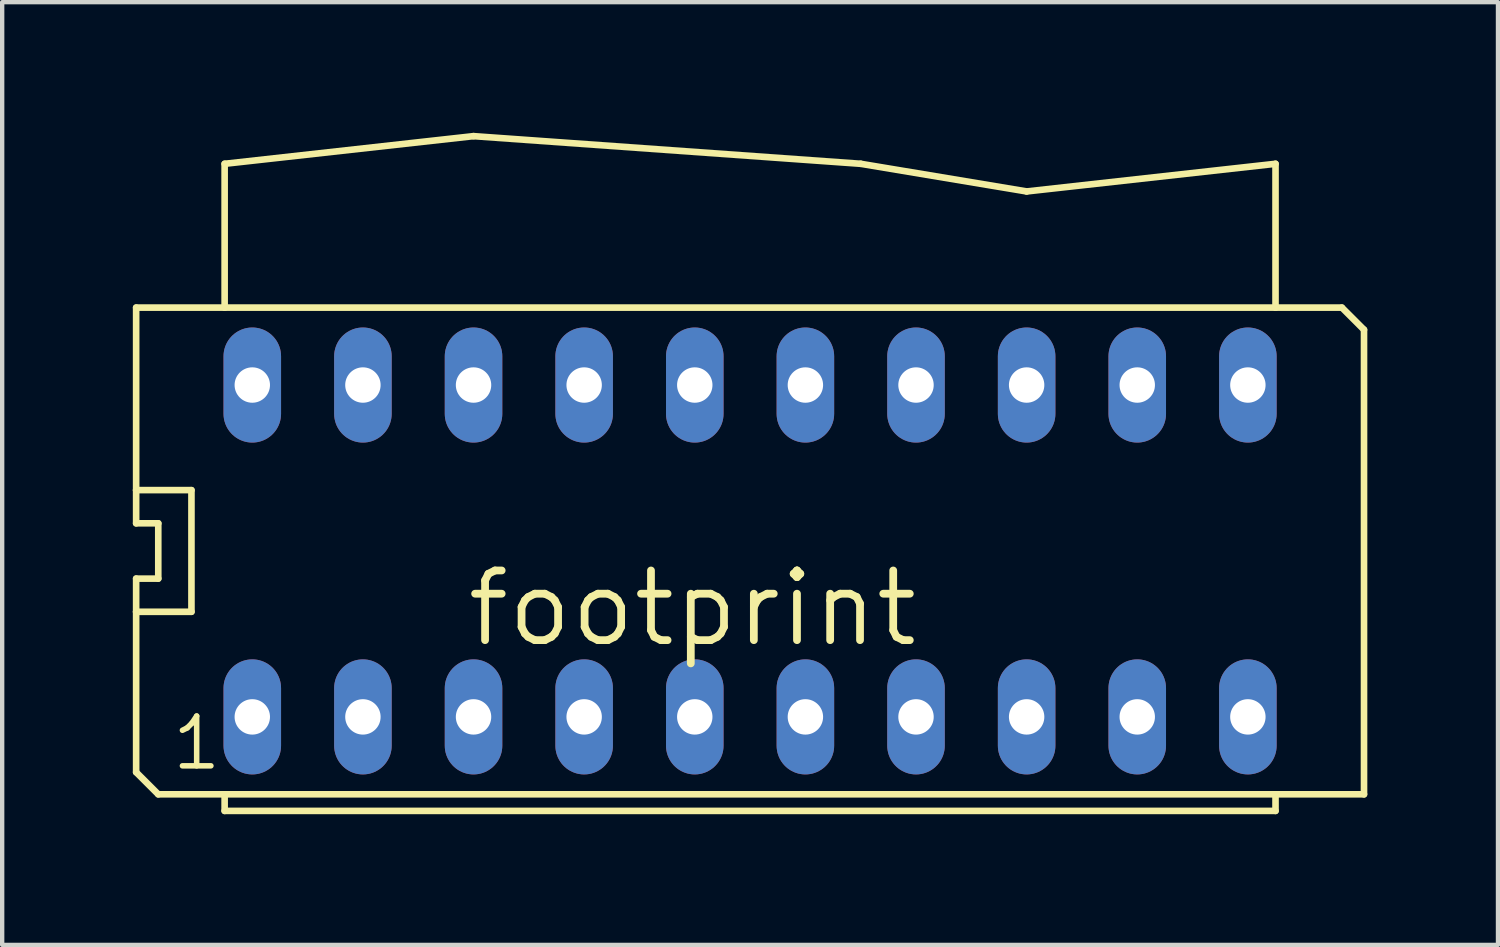
<source format=kicad_pcb>
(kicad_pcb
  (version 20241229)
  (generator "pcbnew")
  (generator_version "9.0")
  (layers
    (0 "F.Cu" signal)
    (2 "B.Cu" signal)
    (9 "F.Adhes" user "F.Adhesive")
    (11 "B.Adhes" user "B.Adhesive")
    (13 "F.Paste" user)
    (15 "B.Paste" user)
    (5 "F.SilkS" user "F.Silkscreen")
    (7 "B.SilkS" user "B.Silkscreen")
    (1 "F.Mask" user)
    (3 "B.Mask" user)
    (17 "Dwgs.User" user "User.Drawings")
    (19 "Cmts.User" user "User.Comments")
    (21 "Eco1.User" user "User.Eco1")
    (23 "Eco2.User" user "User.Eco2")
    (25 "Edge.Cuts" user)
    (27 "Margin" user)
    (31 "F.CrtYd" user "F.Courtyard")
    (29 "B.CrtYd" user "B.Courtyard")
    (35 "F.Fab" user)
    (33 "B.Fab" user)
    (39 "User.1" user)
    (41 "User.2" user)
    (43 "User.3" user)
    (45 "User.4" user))
  (footprint "footprint"
    (layer "F.Cu")
    (at 14.173 9.601)
    (property "Reference" "footprint" (at 3.937 0.381 0) (layer "F.SilkS") (effects (font (size 1.6 1.6) (thickness 0.178)) (justify right top)))
    (fp_line (start -14.097 -1.397) (end -14.097 -5.588) (stroke (width 0.152) (type solid)) (layer "F.SilkS"))
    (fp_line (start -14.097 -0.635) (end -14.097 -1.397) (stroke (width 0.152) (type solid)) (layer "F.SilkS"))
    (fp_line (start -14.097 0.635) (end -13.589 0.635) (stroke (width 0.152) (type solid)) (layer "F.SilkS"))
    (fp_line (start -14.097 1.397) (end -14.097 0.635) (stroke (width 0.152) (type solid)) (layer "F.SilkS"))
    (fp_line (start -14.097 1.397) (end -12.827 1.397) (stroke (width 0.152) (type solid)) (layer "F.SilkS"))
    (fp_line (start -14.097 5.08) (end -14.097 1.397) (stroke (width 0.152) (type solid)) (layer "F.SilkS"))
    (fp_line (start -13.589 -0.635) (end -14.097 -0.635) (stroke (width 0.152) (type solid)) (layer "F.SilkS"))
    (fp_line (start -13.589 -0.635) (end -13.589 0.635) (stroke (width 0.152) (type solid)) (layer "F.SilkS"))
    (fp_line (start -13.589 5.588) (end -14.097 5.08) (stroke (width 0.152) (type solid)) (layer "F.SilkS"))
    (fp_line (start -13.589 5.588) (end -12.065 5.588) (stroke (width 0.152) (type solid)) (layer "F.SilkS"))
    (fp_line (start -12.827 -1.397) (end -14.097 -1.397) (stroke (width 0.152) (type solid)) (layer "F.SilkS"))
    (fp_line (start -12.827 -1.397) (end -12.827 1.397) (stroke (width 0.152) (type solid)) (layer "F.SilkS"))
    (fp_line (start -12.065 -8.89) (end -12.065 -5.588) (stroke (width 0.152) (type solid)) (layer "F.SilkS"))
    (fp_line (start -12.065 -8.89) (end -6.35 -9.525) (stroke (width 0.152) (type solid)) (layer "F.SilkS"))
    (fp_line (start -12.065 -5.588) (end -14.097 -5.588) (stroke (width 0.152) (type solid)) (layer "F.SilkS"))
    (fp_line (start -12.065 5.588) (end 12.065 5.588) (stroke (width 0.152) (type solid)) (layer "F.SilkS"))
    (fp_line (start -12.065 5.969) (end -12.065 5.588) (stroke (width 0.152) (type solid)) (layer "F.SilkS"))
    (fp_line (start -12.065 5.969) (end 12.065 5.969) (stroke (width 0.152) (type solid)) (layer "F.SilkS"))
    (fp_line (start -6.35 -9.525) (end 2.54 -8.89) (stroke (width 0.152) (type solid)) (layer "F.SilkS"))
    (fp_line (start 2.54 -8.89) (end 6.35 -8.255) (stroke (width 0.152) (type solid)) (layer "F.SilkS"))
    (fp_line (start 6.35 -8.255) (end 12.065 -8.89) (stroke (width 0.152) (type solid)) (layer "F.SilkS"))
    (fp_line (start 12.065 -5.588) (end -12.065 -5.588) (stroke (width 0.152) (type solid)) (layer "F.SilkS"))
    (fp_line (start 12.065 -5.588) (end 12.065 -8.89) (stroke (width 0.152) (type solid)) (layer "F.SilkS"))
    (fp_line (start 12.065 5.588) (end 12.065 5.969) (stroke (width 0.152) (type solid)) (layer "F.SilkS"))
    (fp_line (start 12.065 5.588) (end 14.097 5.588) (stroke (width 0.152) (type solid)) (layer "F.SilkS"))
    (fp_line (start 13.589 -5.588) (end 12.065 -5.588) (stroke (width 0.152) (type solid)) (layer "F.SilkS"))
    (fp_line (start 14.097 -5.08) (end 13.589 -5.588) (stroke (width 0.152) (type solid)) (layer "F.SilkS"))
    (fp_line (start 14.097 5.588) (end 14.097 -5.08) (stroke (width 0.152) (type solid)) (layer "F.SilkS"))
    (fp_text user "1" (at -13.335 5.08 0) (layer "F.SilkS") (effects (font (size 1.143 1.143) (thickness 0.127)) (justify left bottom)))
    (pad "1" thru_hole oval (at -11.43 3.81 90) (size 2.642 1.321) (drill 0.813) (layers "*.Cu" "*.Mask"))
    (pad "2" thru_hole oval (at -8.89 3.81 90) (size 2.642 1.321) (drill 0.813) (layers "*.Cu" "*.Mask"))
    (pad "3" thru_hole oval (at -6.35 3.81 90) (size 2.642 1.321) (drill 0.813) (layers "*.Cu" "*.Mask"))
    (pad "4" thru_hole oval (at -3.81 3.81 90) (size 2.642 1.321) (drill 0.813) (layers "*.Cu" "*.Mask"))
    (pad "5" thru_hole oval (at -1.27 3.81 90) (size 2.642 1.321) (drill 0.813) (layers "*.Cu" "*.Mask"))
    (pad "6" thru_hole oval (at 1.27 3.81 90) (size 2.642 1.321) (drill 0.813) (layers "*.Cu" "*.Mask"))
    (pad "7" thru_hole oval (at 3.81 3.81 90) (size 2.642 1.321) (drill 0.813) (layers "*.Cu" "*.Mask"))
    (pad "8" thru_hole oval (at 6.35 3.81 90) (size 2.642 1.321) (drill 0.813) (layers "*.Cu" "*.Mask"))
    (pad "9" thru_hole oval (at 8.89 3.81 90) (size 2.642 1.321) (drill 0.813) (layers "*.Cu" "*.Mask"))
    (pad "10" thru_hole oval (at 11.43 3.81 90) (size 2.642 1.321) (drill 0.813) (layers "*.Cu" "*.Mask"))
    (pad "11" thru_hole oval (at 11.43 -3.81 90) (size 2.642 1.321) (drill 0.813) (layers "*.Cu" "*.Mask"))
    (pad "12" thru_hole oval (at 8.89 -3.81 90) (size 2.642 1.321) (drill 0.813) (layers "*.Cu" "*.Mask"))
    (pad "13" thru_hole oval (at 6.35 -3.81 90) (size 2.642 1.321) (drill 0.813) (layers "*.Cu" "*.Mask"))
    (pad "14" thru_hole oval (at 3.81 -3.81 90) (size 2.642 1.321) (drill 0.813) (layers "*.Cu" "*.Mask"))
    (pad "15" thru_hole oval (at 1.27 -3.81 90) (size 2.642 1.321) (drill 0.813) (layers "*.Cu" "*.Mask"))
    (pad "16" thru_hole oval (at -1.27 -3.81 90) (size 2.642 1.321) (drill 0.813) (layers "*.Cu" "*.Mask"))
    (pad "17" thru_hole oval (at -3.81 -3.81 90) (size 2.642 1.321) (drill 0.813) (layers "*.Cu" "*.Mask"))
    (pad "18" thru_hole oval (at -6.35 -3.81 90) (size 2.642 1.321) (drill 0.813) (layers "*.Cu" "*.Mask"))
    (pad "19" thru_hole oval (at -8.89 -3.81 90) (size 2.642 1.321) (drill 0.813) (layers "*.Cu" "*.Mask"))
    (pad "20" thru_hole oval (at -11.43 -3.81 90) (size 2.642 1.321) (drill 0.813) (layers "*.Cu" "*.Mask")))
  (gr_rect
    (start -3 -3)
    (end 31.346 18.646)
    (stroke (width 0.1) (type default))
    (fill no)
    (layer "Edge.Cuts")))
</source>
